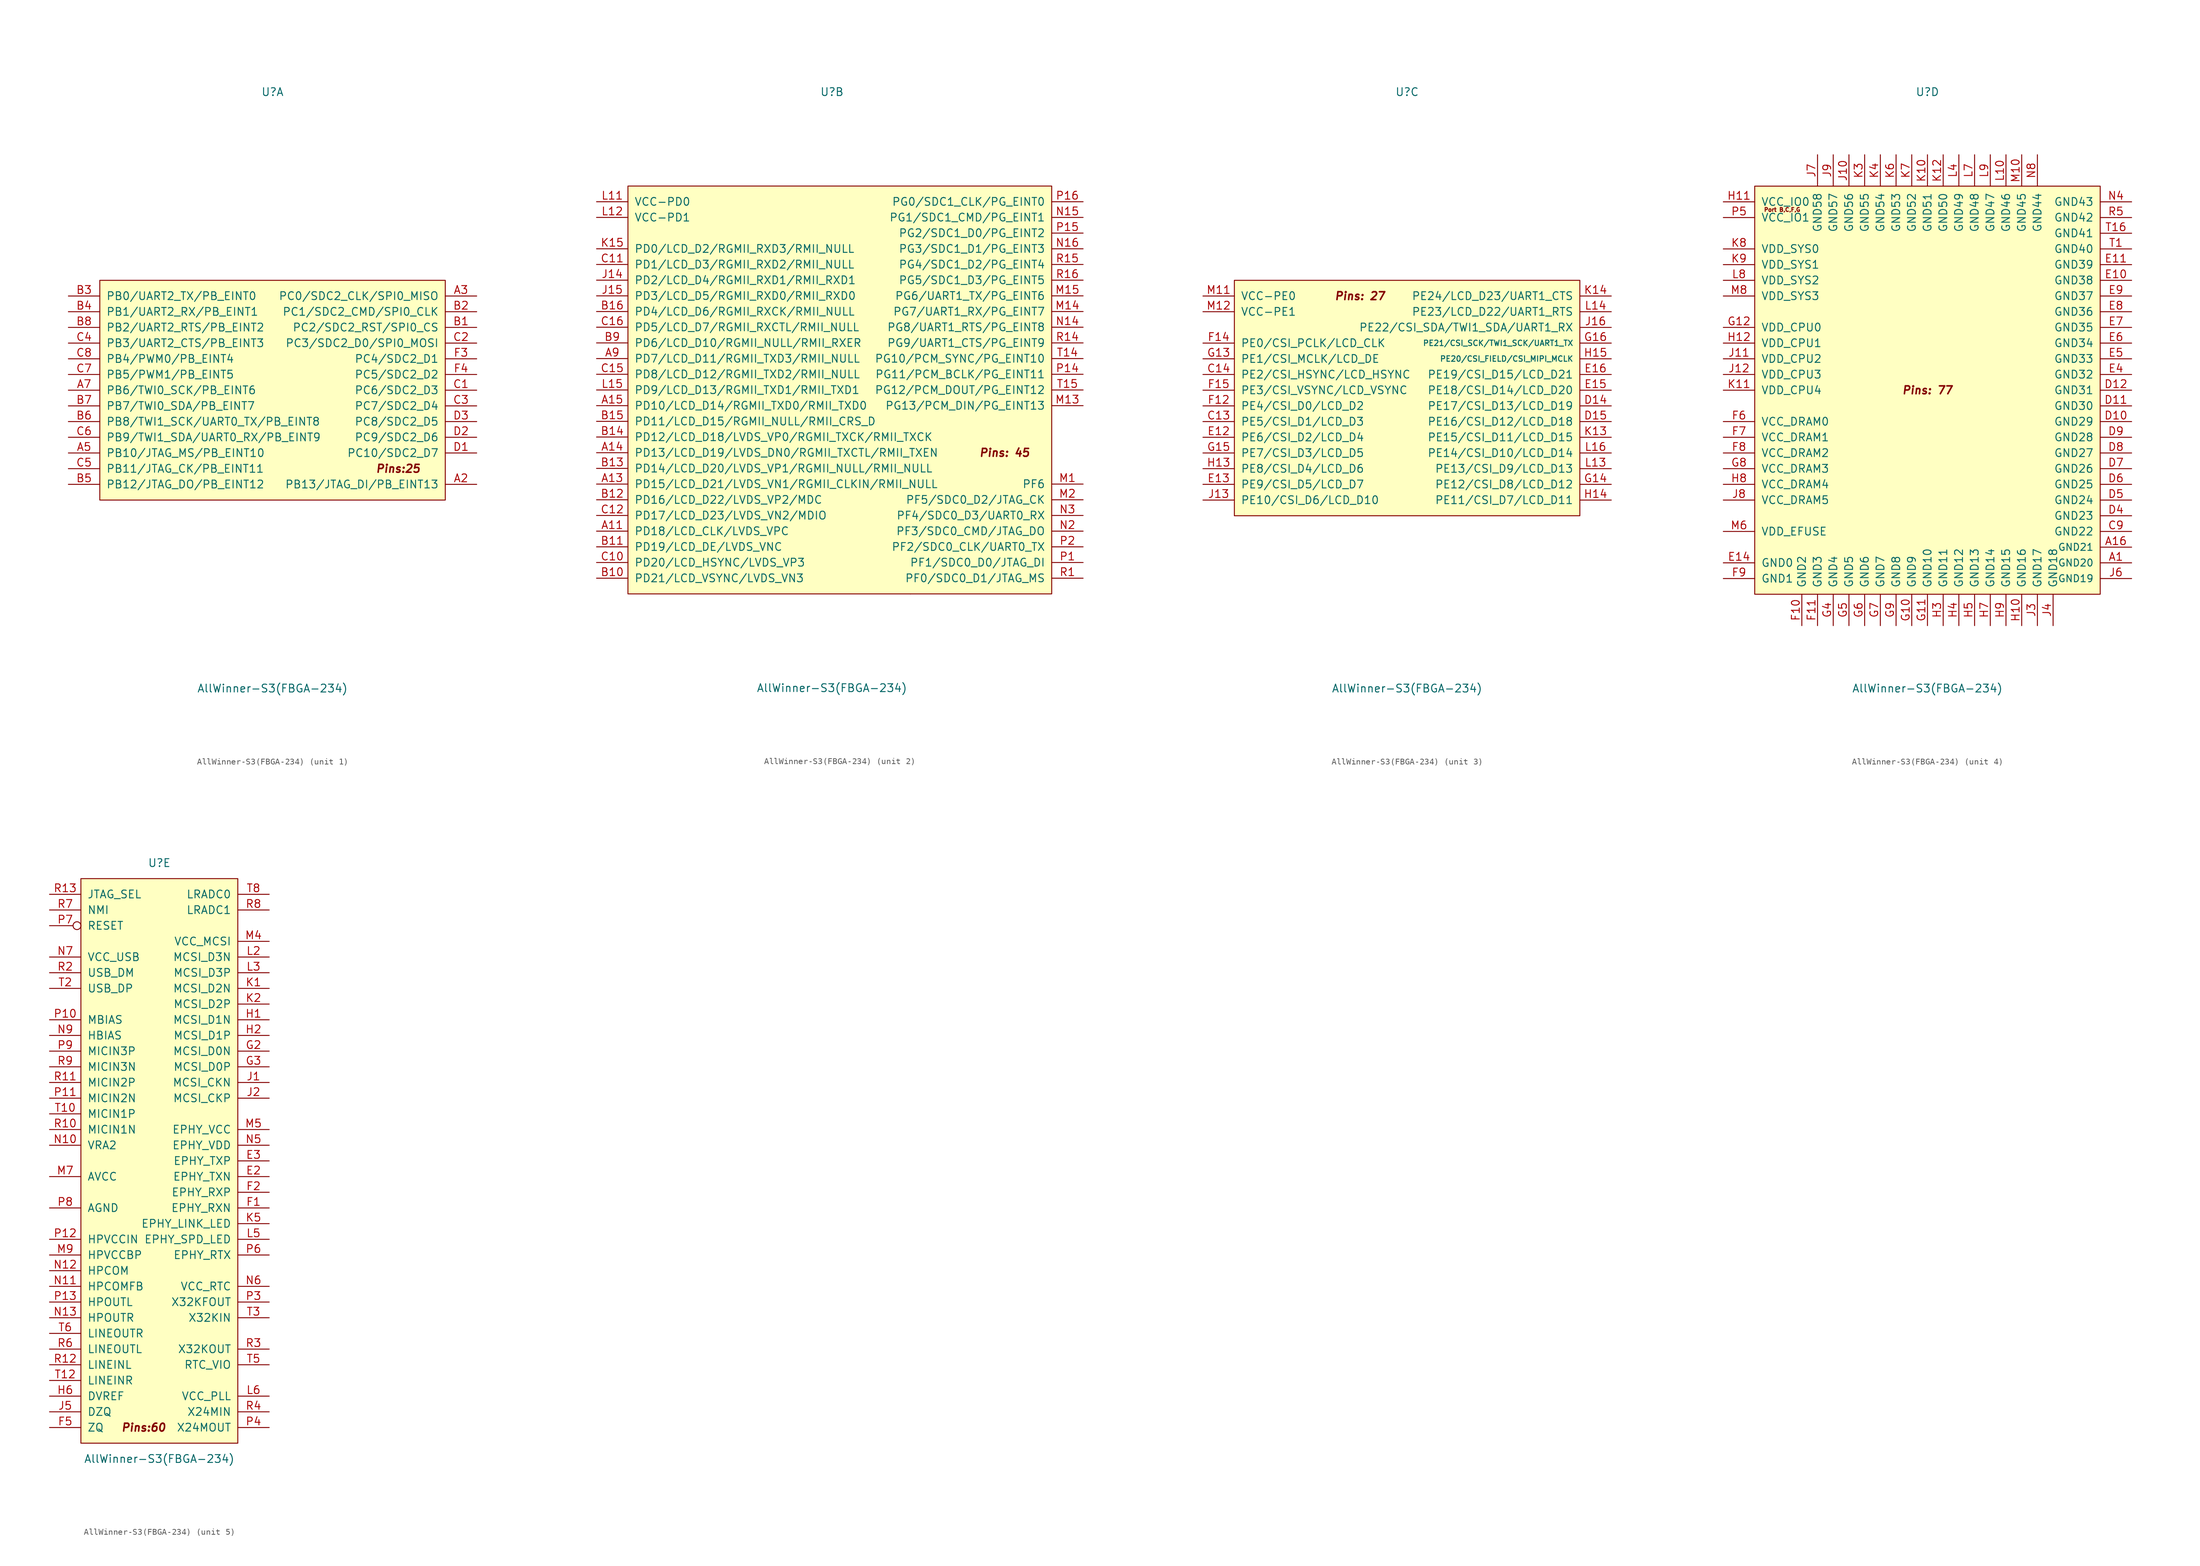
<source format=kicad_sym>
(kicad_symbol_lib
  (version 20211014)
  (generator kicad_symbol_editor)
  (symbol "AllWinner-S3(FBGA-234)"
    (pin_names
      (offset 1.016))
    (property "Reference" "U"
      (at 0 48.26 0)
      (effects (font (size 1.27 1.27))))
    (property "Value" "AllWinner-S3(FBGA-234)"
      (at 0 -48.26 0)
      (effects (font (size 1.27 1.27))))
    (symbol "AllWinner-S3(FBGA-234)_1_0"
      (rectangle (start 27.94 17.78) (end -27.94 -17.78) (stroke (width 0) (type default) (color 0 0 0 0)) (fill (type background)))
      (text "Pins:25" (at 20.32 -12.7 0) (effects (font (size 1.27 1.27) bold italic))))
    (symbol "AllWinner-S3(FBGA-234)_1_1"
      (pin bidirectional line (at 33.02 -15.24 180) (length 5.08) (name "PB13/JTAG_DI/PB_EINT13" (effects (font (size 1.27 1.27)))) (number "A2" (effects (font (size 1.27 1.27)))))
      (pin bidirectional line (at 33.02 15.24 180) (length 5.08) (name "PC0/SDC2_CLK/SPI0_MISO" (effects (font (size 1.27 1.27)))) (number "A3" (effects (font (size 1.27 1.27)))))
      (pin bidirectional line (at -33.02 -10.16 0) (length 5.08) (name "PB10/JTAG_MS/PB_EINT10" (effects (font (size 1.27 1.27)))) (number "A5" (effects (font (size 1.27 1.27)))))
      (pin bidirectional line (at -33.02 0 0) (length 5.08) (name "PB6/TWI0_SCK/PB_EINT6" (effects (font (size 1.27 1.27)))) (number "A7" (effects (font (size 1.27 1.27)))))
      (pin bidirectional line (at 33.02 10.16 180) (length 5.08) (name "PC2/SDC2_RST/SPI0_CS" (effects (font (size 1.27 1.27)))) (number "B1" (effects (font (size 1.27 1.27)))))
      (pin bidirectional line (at 33.02 12.7 180) (length 5.08) (name "PC1/SDC2_CMD/SPI0_CLK" (effects (font (size 1.27 1.27)))) (number "B2" (effects (font (size 1.27 1.27)))))
      (pin bidirectional line (at -33.02 15.24 0) (length 5.08) (name "PB0/UART2_TX/PB_EINT0" (effects (font (size 1.27 1.27)))) (number "B3" (effects (font (size 1.27 1.27)))))
      (pin bidirectional line (at -33.02 12.7 0) (length 5.08) (name "PB1/UART2_RX/PB_EINT1" (effects (font (size 1.27 1.27)))) (number "B4" (effects (font (size 1.27 1.27)))))
      (pin bidirectional line (at -33.02 -15.24 0) (length 5.08) (name "PB12/JTAG_DO/PB_EINT12" (effects (font (size 1.27 1.27)))) (number "B5" (effects (font (size 1.27 1.27)))))
      (pin bidirectional line (at -33.02 -5.08 0) (length 5.08) (name "PB8/TWI1_SCK/UART0_TX/PB_EINT8" (effects (font (size 1.27 1.27)))) (number "B6" (effects (font (size 1.27 1.27)))))
      (pin bidirectional line (at -33.02 -2.54 0) (length 5.08) (name "PB7/TWI0_SDA/PB_EINT7" (effects (font (size 1.27 1.27)))) (number "B7" (effects (font (size 1.27 1.27)))))
      (pin bidirectional line (at -33.02 10.16 0) (length 5.08) (name "PB2/UART2_RTS/PB_EINT2" (effects (font (size 1.27 1.27)))) (number "B8" (effects (font (size 1.27 1.27)))))
      (pin bidirectional line (at 33.02 0 180) (length 5.08) (name "PC6/SDC2_D3" (effects (font (size 1.27 1.27)))) (number "C1" (effects (font (size 1.27 1.27)))))
      (pin bidirectional line (at 33.02 7.62 180) (length 5.08) (name "PC3/SDC2_D0/SPI0_MOSI" (effects (font (size 1.27 1.27)))) (number "C2" (effects (font (size 1.27 1.27)))))
      (pin bidirectional line (at 33.02 -2.54 180) (length 5.08) (name "PC7/SDC2_D4" (effects (font (size 1.27 1.27)))) (number "C3" (effects (font (size 1.27 1.27)))))
      (pin bidirectional line (at -33.02 7.62 0) (length 5.08) (name "PB3/UART2_CTS/PB_EINT3" (effects (font (size 1.27 1.27)))) (number "C4" (effects (font (size 1.27 1.27)))))
      (pin bidirectional line (at -33.02 -12.7 0) (length 5.08) (name "PB11/JTAG_CK/PB_EINT11" (effects (font (size 1.27 1.27)))) (number "C5" (effects (font (size 1.27 1.27)))))
      (pin bidirectional line (at -33.02 -7.62 0) (length 5.08) (name "PB9/TWI1_SDA/UART0_RX/PB_EINT9" (effects (font (size 1.27 1.27)))) (number "C6" (effects (font (size 1.27 1.27)))))
      (pin bidirectional line (at -33.02 2.54 0) (length 5.08) (name "PB5/PWM1/PB_EINT5" (effects (font (size 1.27 1.27)))) (number "C7" (effects (font (size 1.27 1.27)))))
      (pin bidirectional line (at -33.02 5.08 0) (length 5.08) (name "PB4/PWM0/PB_EINT4" (effects (font (size 1.27 1.27)))) (number "C8" (effects (font (size 1.27 1.27)))))
      (pin bidirectional line (at 33.02 -10.16 180) (length 5.08) (name "PC10/SDC2_D7" (effects (font (size 1.27 1.27)))) (number "D1" (effects (font (size 1.27 1.27)))))
      (pin bidirectional line (at 33.02 -7.62 180) (length 5.08) (name "PC9/SDC2_D6" (effects (font (size 1.27 1.27)))) (number "D2" (effects (font (size 1.27 1.27)))))
      (pin bidirectional line (at 33.02 -5.08 180) (length 5.08) (name "PC8/SDC2_D5" (effects (font (size 1.27 1.27)))) (number "D3" (effects (font (size 1.27 1.27)))))
      (pin bidirectional line (at 33.02 5.08 180) (length 5.08) (name "PC4/SDC2_D1" (effects (font (size 1.27 1.27)))) (number "F3" (effects (font (size 1.27 1.27)))))
      (pin bidirectional line (at 33.02 2.54 180) (length 5.08) (name "PC5/SDC2_D2" (effects (font (size 1.27 1.27)))) (number "F4" (effects (font (size 1.27 1.27))))))
    (symbol "AllWinner-S3(FBGA-234)_2_0"
      (rectangle (start -33.02 33.02) (end 35.56 -33.02) (stroke (width 0) (type default) (color 0 0 0 0)) (fill (type background)))
      (rectangle (start 12.7 -33.02) (end 12.7 -33.02) (stroke (width 0) (type default) (color 0 0 0 0)) (fill (type none)))
      (text "Pins: 45" (at 27.94 -10.16 0) (effects (font (size 1.27 1.27) bold italic))))
    (symbol "AllWinner-S3(FBGA-234)_2_1"
      (pin bidirectional line (at -38.1 -22.86 0) (length 5.08) (name "PD18/LCD_CLK/LVDS_VPC" (effects (font (size 1.27 1.27)))) (number "A11" (effects (font (size 1.27 1.27)))))
      (pin bidirectional line (at -38.1 -15.24 0) (length 5.08) (name "PD15/LCD_D21/LVDS_VN1/RGMII_CLKIN/RMII_NULL" (effects (font (size 1.27 1.27)))) (number "A13" (effects (font (size 1.27 1.27)))))
      (pin bidirectional line (at -38.1 -10.16 0) (length 5.08) (name "PD13/LCD_D19/LVDS_DN0/RGMII_TXCTL/RMII_TXEN" (effects (font (size 1.27 1.27)))) (number "A14" (effects (font (size 1.27 1.27)))))
      (pin bidirectional line (at -38.1 -2.54 0) (length 5.08) (name "PD10/LCD_D14/RGMII_TXD0/RMII_TXD0" (effects (font (size 1.27 1.27)))) (number "A15" (effects (font (size 1.27 1.27)))))
      (pin bidirectional line (at -38.1 5.08 0) (length 5.08) (name "PD7/LCD_D11/RGMII_TXD3/RMII_NULL" (effects (font (size 1.27 1.27)))) (number "A9" (effects (font (size 1.27 1.27)))))
      (pin bidirectional line (at -38.1 -30.48 0) (length 5.08) (name "PD21/LCD_VSYNC/LVDS_VN3" (effects (font (size 1.27 1.27)))) (number "B10" (effects (font (size 1.27 1.27)))))
      (pin bidirectional line (at -38.1 -25.4 0) (length 5.08) (name "PD19/LCD_DE/LVDS_VNC" (effects (font (size 1.27 1.27)))) (number "B11" (effects (font (size 1.27 1.27)))))
      (pin bidirectional line (at -38.1 -17.78 0) (length 5.08) (name "PD16/LCD_D22/LVDS_VP2/MDC" (effects (font (size 1.27 1.27)))) (number "B12" (effects (font (size 1.27 1.27)))))
      (pin bidirectional line (at -38.1 -12.7 0) (length 5.08) (name "PD14/LCD_D20/LVDS_VP1/RGMII_NULL/RMII_NULL" (effects (font (size 1.27 1.27)))) (number "B13" (effects (font (size 1.27 1.27)))))
      (pin bidirectional line (at -38.1 -7.62 0) (length 5.08) (name "PD12/LCD_D18/LVDS_VP0/RGMII_TXCK/RMII_TXCK" (effects (font (size 1.27 1.27)))) (number "B14" (effects (font (size 1.27 1.27)))))
      (pin bidirectional line (at -38.1 -5.08 0) (length 5.08) (name "PD11/LCD_D15/RGMII_NULL/RMII_CRS_D" (effects (font (size 1.27 1.27)))) (number "B15" (effects (font (size 1.27 1.27)))))
      (pin bidirectional line (at -38.1 12.7 0) (length 5.08) (name "PD4/LCD_D6/RGMII_RXCK/RMII_NULL" (effects (font (size 1.27 1.27)))) (number "B16" (effects (font (size 1.27 1.27)))))
      (pin bidirectional line (at -38.1 7.62 0) (length 5.08) (name "PD6/LCD_D10/RGMII_NULL/RMII_RXER" (effects (font (size 1.27 1.27)))) (number "B9" (effects (font (size 1.27 1.27)))))
      (pin bidirectional line (at -38.1 -27.94 0) (length 5.08) (name "PD20/LCD_HSYNC/LVDS_VP3" (effects (font (size 1.27 1.27)))) (number "C10" (effects (font (size 1.27 1.27)))))
      (pin bidirectional line (at -38.1 20.32 0) (length 5.08) (name "PD1/LCD_D3/RGMII_RXD2/RMII_NULL" (effects (font (size 1.27 1.27)))) (number "C11" (effects (font (size 1.27 1.27)))))
      (pin bidirectional line (at -38.1 -20.32 0) (length 5.08) (name "PD17/LCD_D23/LVDS_VN2/MDIO" (effects (font (size 1.27 1.27)))) (number "C12" (effects (font (size 1.27 1.27)))))
      (pin bidirectional line (at -38.1 2.54 0) (length 5.08) (name "PD8/LCD_D12/RGMII_TXD2/RMII_NULL" (effects (font (size 1.27 1.27)))) (number "C15" (effects (font (size 1.27 1.27)))))
      (pin bidirectional line (at -38.1 10.16 0) (length 5.08) (name "PD5/LCD_D7/RGMII_RXCTL/RMII_NULL" (effects (font (size 1.27 1.27)))) (number "C16" (effects (font (size 1.27 1.27)))))
      (pin bidirectional line (at -38.1 17.78 0) (length 5.08) (name "PD2/LCD_D4/RGMII_RXD1/RMII_RXD1" (effects (font (size 1.27 1.27)))) (number "J14" (effects (font (size 1.27 1.27)))))
      (pin bidirectional line (at -38.1 15.24 0) (length 5.08) (name "PD3/LCD_D5/RGMII_RXD0/RMII_RXD0" (effects (font (size 1.27 1.27)))) (number "J15" (effects (font (size 1.27 1.27)))))
      (pin bidirectional line (at -38.1 22.86 0) (length 5.08) (name "PD0/LCD_D2/RGMII_RXD3/RMII_NULL" (effects (font (size 1.27 1.27)))) (number "K15" (effects (font (size 1.27 1.27)))))
      (pin power_in line (at -38.1 30.48 0) (length 5.08) (name "VCC-PD0" (effects (font (size 1.27 1.27)))) (number "L11" (effects (font (size 1.27 1.27)))))
      (pin power_in line (at -38.1 27.94 0) (length 5.08) (name "VCC-PD1" (effects (font (size 1.27 1.27)))) (number "L12" (effects (font (size 1.27 1.27)))))
      (pin bidirectional line (at -38.1 0 0) (length 5.08) (name "PD9/LCD_D13/RGMII_TXD1/RMII_TXD1" (effects (font (size 1.27 1.27)))) (number "L15" (effects (font (size 1.27 1.27)))))
      (pin bidirectional line (at 40.64 -15.24 180) (length 5.08) (name "PF6" (effects (font (size 1.27 1.27)))) (number "M1" (effects (font (size 1.27 1.27)))))
      (pin bidirectional line (at 40.64 -2.54 180) (length 5.08) (name "PG13/PCM_DIN/PG_EINT13" (effects (font (size 1.27 1.27)))) (number "M13" (effects (font (size 1.27 1.27)))))
      (pin bidirectional line (at 40.64 12.7 180) (length 5.08) (name "PG7/UART1_RX/PG_EINT7" (effects (font (size 1.27 1.27)))) (number "M14" (effects (font (size 1.27 1.27)))))
      (pin bidirectional line (at 40.64 15.24 180) (length 5.08) (name "PG6/UART1_TX/PG_EINT6" (effects (font (size 1.27 1.27)))) (number "M15" (effects (font (size 1.27 1.27)))))
      (pin bidirectional line (at 40.64 -17.78 180) (length 5.08) (name "PF5/SDC0_D2/JTAG_CK" (effects (font (size 1.27 1.27)))) (number "M2" (effects (font (size 1.27 1.27)))))
      (pin bidirectional line (at 40.64 10.16 180) (length 5.08) (name "PG8/UART1_RTS/PG_EINT8" (effects (font (size 1.27 1.27)))) (number "N14" (effects (font (size 1.27 1.27)))))
      (pin bidirectional line (at 40.64 27.94 180) (length 5.08) (name "PG1/SDC1_CMD/PG_EINT1" (effects (font (size 1.27 1.27)))) (number "N15" (effects (font (size 1.27 1.27)))))
      (pin bidirectional line (at 40.64 22.86 180) (length 5.08) (name "PG3/SDC1_D1/PG_EINT3" (effects (font (size 1.27 1.27)))) (number "N16" (effects (font (size 1.27 1.27)))))
      (pin bidirectional line (at 40.64 -22.86 180) (length 5.08) (name "PF3/SDC0_CMD/JTAG_DO" (effects (font (size 1.27 1.27)))) (number "N2" (effects (font (size 1.27 1.27)))))
      (pin bidirectional line (at 40.64 -20.32 180) (length 5.08) (name "PF4/SDC0_D3/UART0_RX" (effects (font (size 1.27 1.27)))) (number "N3" (effects (font (size 1.27 1.27)))))
      (pin bidirectional line (at 40.64 -27.94 180) (length 5.08) (name "PF1/SDC0_D0/JTAG_DI" (effects (font (size 1.27 1.27)))) (number "P1" (effects (font (size 1.27 1.27)))))
      (pin bidirectional line (at 40.64 2.54 180) (length 5.08) (name "PG11/PCM_BCLK/PG_EINT11" (effects (font (size 1.27 1.27)))) (number "P14" (effects (font (size 1.27 1.27)))))
      (pin bidirectional line (at 40.64 25.4 180) (length 5.08) (name "PG2/SDC1_D0/PG_EINT2" (effects (font (size 1.27 1.27)))) (number "P15" (effects (font (size 1.27 1.27)))))
      (pin bidirectional line (at 40.64 30.48 180) (length 5.08) (name "PG0/SDC1_CLK/PG_EINT0" (effects (font (size 1.27 1.27)))) (number "P16" (effects (font (size 1.27 1.27)))))
      (pin bidirectional line (at 40.64 -25.4 180) (length 5.08) (name "PF2/SDC0_CLK/UART0_TX" (effects (font (size 1.27 1.27)))) (number "P2" (effects (font (size 1.27 1.27)))))
      (pin bidirectional line (at 40.64 -30.48 180) (length 5.08) (name "PF0/SDC0_D1/JTAG_MS" (effects (font (size 1.27 1.27)))) (number "R1" (effects (font (size 1.27 1.27)))))
      (pin bidirectional line (at 40.64 7.62 180) (length 5.08) (name "PG9/UART1_CTS/PG_EINT9" (effects (font (size 1.27 1.27)))) (number "R14" (effects (font (size 1.27 1.27)))))
      (pin bidirectional line (at 40.64 20.32 180) (length 5.08) (name "PG4/SDC1_D2/PG_EINT4" (effects (font (size 1.27 1.27)))) (number "R15" (effects (font (size 1.27 1.27)))))
      (pin bidirectional line (at 40.64 17.78 180) (length 5.08) (name "PG5/SDC1_D3/PG_EINT5" (effects (font (size 1.27 1.27)))) (number "R16" (effects (font (size 1.27 1.27)))))
      (pin bidirectional line (at 40.64 5.08 180) (length 5.08) (name "PG10/PCM_SYNC/PG_EINT10" (effects (font (size 1.27 1.27)))) (number "T14" (effects (font (size 1.27 1.27)))))
      (pin bidirectional line (at 40.64 0 180) (length 5.08) (name "PG12/PCM_DOUT/PG_EINT12" (effects (font (size 1.27 1.27)))) (number "T15" (effects (font (size 1.27 1.27))))))
    (symbol "AllWinner-S3(FBGA-234)_3_0"
      (rectangle (start -27.94 17.78) (end 27.94 -20.32) (stroke (width 0) (type default) (color 0 0 0 0)) (fill (type background)))
      (text "Pins: 27" (at -7.62 15.24 0) (effects (font (size 1.27 1.27) bold italic))))
    (symbol "AllWinner-S3(FBGA-234)_3_1"
      (pin bidirectional line (at -33.02 -5.08 0) (length 5.08) (name "PE5/CSI_D1/LCD_D3" (effects (font (size 1.27 1.27)))) (number "C13" (effects (font (size 1.27 1.27)))))
      (pin bidirectional line (at -33.02 2.54 0) (length 5.08) (name "PE2/CSI_HSYNC/LCD_HSYNC" (effects (font (size 1.27 1.27)))) (number "C14" (effects (font (size 1.27 1.27)))))
      (pin bidirectional line (at 33.02 -2.54 180) (length 5.08) (name "PE17/CSI_D13/LCD_D19" (effects (font (size 1.27 1.27)))) (number "D14" (effects (font (size 1.27 1.27)))))
      (pin bidirectional line (at 33.02 -5.08 180) (length 5.08) (name "PE16/CSI_D12/LCD_D18" (effects (font (size 1.27 1.27)))) (number "D15" (effects (font (size 1.27 1.27)))))
      (pin bidirectional line (at -33.02 -7.62 0) (length 5.08) (name "PE6/CSI_D2/LCD_D4" (effects (font (size 1.27 1.27)))) (number "E12" (effects (font (size 1.27 1.27)))))
      (pin bidirectional line (at -33.02 -15.24 0) (length 5.08) (name "PE9/CSI_D5/LCD_D7" (effects (font (size 1.27 1.27)))) (number "E13" (effects (font (size 1.27 1.27)))))
      (pin bidirectional line (at 33.02 0 180) (length 5.08) (name "PE18/CSI_D14/LCD_D20" (effects (font (size 1.27 1.27)))) (number "E15" (effects (font (size 1.27 1.27)))))
      (pin bidirectional line (at 33.02 2.54 180) (length 5.08) (name "PE19/CSI_D15/LCD_D21" (effects (font (size 1.27 1.27)))) (number "E16" (effects (font (size 1.27 1.27)))))
      (pin bidirectional line (at -33.02 -2.54 0) (length 5.08) (name "PE4/CSI_D0/LCD_D2" (effects (font (size 1.27 1.27)))) (number "F12" (effects (font (size 1.27 1.27)))))
      (pin bidirectional line (at -33.02 7.62 0) (length 5.08) (name "PE0/CSI_PCLK/LCD_CLK" (effects (font (size 1.27 1.27)))) (number "F14" (effects (font (size 1.27 1.27)))))
      (pin bidirectional line (at -33.02 0 0) (length 5.08) (name "PE3/CSI_VSYNC/LCD_VSYNC" (effects (font (size 1.27 1.27)))) (number "F15" (effects (font (size 1.27 1.27)))))
      (pin bidirectional line (at -33.02 5.08 0) (length 5.08) (name "PE1/CSI_MCLK/LCD_DE" (effects (font (size 1.27 1.27)))) (number "G13" (effects (font (size 1.27 1.27)))))
      (pin bidirectional line (at 33.02 -15.24 180) (length 5.08) (name "PE12/CSI_D8/LCD_D12" (effects (font (size 1.27 1.27)))) (number "G14" (effects (font (size 1.27 1.27)))))
      (pin bidirectional line (at -33.02 -10.16 0) (length 5.08) (name "PE7/CSI_D3/LCD_D5" (effects (font (size 1.27 1.27)))) (number "G15" (effects (font (size 1.27 1.27)))))
      (pin bidirectional line (at 33.02 7.62 180) (length 5.08) (name "PE21/CSI_SCK/TWI1_SCK/UART1_TX" (effects (font (size 0.889 0.889)))) (number "G16" (effects (font (size 1.27 1.27)))))
      (pin bidirectional line (at -33.02 -12.7 0) (length 5.08) (name "PE8/CSI_D4/LCD_D6" (effects (font (size 1.27 1.27)))) (number "H13" (effects (font (size 1.27 1.27)))))
      (pin bidirectional line (at 33.02 -17.78 180) (length 5.08) (name "PE11/CSI_D7/LCD_D11" (effects (font (size 1.27 1.27)))) (number "H14" (effects (font (size 1.27 1.27)))))
      (pin bidirectional line (at 33.02 5.08 180) (length 5.08) (name "PE20/CSI_FIELD/CSI_MIPI_MCLK" (effects (font (size 0.889 0.889)))) (number "H15" (effects (font (size 1.27 1.27)))))
      (pin bidirectional line (at -33.02 -17.78 0) (length 5.08) (name "PE10/CSI_D6/LCD_D10" (effects (font (size 1.27 1.27)))) (number "J13" (effects (font (size 1.27 1.27)))))
      (pin bidirectional line (at 33.02 10.16 180) (length 5.08) (name "PE22/CSI_SDA/TWI1_SDA/UART1_RX" (effects (font (size 1.27 1.27)))) (number "J16" (effects (font (size 1.27 1.27)))))
      (pin bidirectional line (at 33.02 -7.62 180) (length 5.08) (name "PE15/CSI_D11/LCD_D15" (effects (font (size 1.27 1.27)))) (number "K13" (effects (font (size 1.27 1.27)))))
      (pin bidirectional line (at 33.02 15.24 180) (length 5.08) (name "PE24/LCD_D23/UART1_CTS" (effects (font (size 1.27 1.27)))) (number "K14" (effects (font (size 1.27 1.27)))))
      (pin bidirectional line (at 33.02 -12.7 180) (length 5.08) (name "PE13/CSI_D9/LCD_D13" (effects (font (size 1.27 1.27)))) (number "L13" (effects (font (size 1.27 1.27)))))
      (pin bidirectional line (at 33.02 12.7 180) (length 5.08) (name "PE23/LCD_D22/UART1_RTS" (effects (font (size 1.27 1.27)))) (number "L14" (effects (font (size 1.27 1.27)))))
      (pin bidirectional line (at 33.02 -10.16 180) (length 5.08) (name "PE14/CSI_D10/LCD_D14" (effects (font (size 1.27 1.27)))) (number "L16" (effects (font (size 1.27 1.27)))))
      (pin power_in line (at -33.02 15.24 0) (length 5.08) (name "VCC-PE0" (effects (font (size 1.27 1.27)))) (number "M11" (effects (font (size 1.27 1.27)))))
      (pin power_in line (at -33.02 12.7 0) (length 5.08) (name "VCC-PE1" (effects (font (size 1.27 1.27)))) (number "M12" (effects (font (size 1.27 1.27))))))
    (symbol "AllWinner-S3(FBGA-234)_4_0"
      (rectangle (start -27.94 33.02) (end 27.94 -33.02) (stroke (width 0) (type default) (color 0 0 0 0)) (fill (type background)))
      (text "Pins: 77" (at 0 0 0) (effects (font (size 1.27 1.27) bold italic)))
      (text "Port B,C,F,G" (at -23.495 29.21 0) (effects (font (size 0.635 0.635)))))
    (symbol "AllWinner-S3(FBGA-234)_4_1"
      (pin power_in line (at 33.02 -27.94 180) (length 5.08) (name "GND20" (effects (font (size 1.143 1.143)))) (number "A1" (effects (font (size 1.27 1.27)))))
      (pin power_in line (at 33.02 -25.4 180) (length 5.08) (name "GND21" (effects (font (size 1.143 1.143)))) (number "A16" (effects (font (size 1.27 1.27)))))
      (pin power_in line (at 33.02 -22.86 180) (length 5.08) (name "GND22" (effects (font (size 1.27 1.27)))) (number "C9" (effects (font (size 1.27 1.27)))))
      (pin power_in line (at 33.02 -5.08 180) (length 5.08) (name "GND29" (effects (font (size 1.27 1.27)))) (number "D10" (effects (font (size 1.27 1.27)))))
      (pin power_in line (at 33.02 -2.54 180) (length 5.08) (name "GND30" (effects (font (size 1.27 1.27)))) (number "D11" (effects (font (size 1.27 1.27)))))
      (pin power_in line (at 33.02 0 180) (length 5.08) (name "GND31" (effects (font (size 1.27 1.27)))) (number "D12" (effects (font (size 1.27 1.27)))))
      (pin power_in line (at 33.02 -20.32 180) (length 5.08) (name "GND23" (effects (font (size 1.27 1.27)))) (number "D4" (effects (font (size 1.27 1.27)))))
      (pin power_in line (at 33.02 -17.78 180) (length 5.08) (name "GND24" (effects (font (size 1.27 1.27)))) (number "D5" (effects (font (size 1.27 1.27)))))
      (pin power_in line (at 33.02 -15.24 180) (length 5.08) (name "GND25" (effects (font (size 1.27 1.27)))) (number "D6" (effects (font (size 1.27 1.27)))))
      (pin power_in line (at 33.02 -12.7 180) (length 5.08) (name "GND26" (effects (font (size 1.27 1.27)))) (number "D7" (effects (font (size 1.27 1.27)))))
      (pin power_in line (at 33.02 -10.16 180) (length 5.08) (name "GND27" (effects (font (size 1.27 1.27)))) (number "D8" (effects (font (size 1.27 1.27)))))
      (pin power_in line (at 33.02 -7.62 180) (length 5.08) (name "GND28" (effects (font (size 1.27 1.27)))) (number "D9" (effects (font (size 1.27 1.27)))))
      (pin power_in line (at 33.02 17.78 180) (length 5.08) (name "GND38" (effects (font (size 1.27 1.27)))) (number "E10" (effects (font (size 1.27 1.27)))))
      (pin power_in line (at 33.02 20.32 180) (length 5.08) (name "GND39" (effects (font (size 1.27 1.27)))) (number "E11" (effects (font (size 1.27 1.27)))))
      (pin power_in line (at -33.02 -27.94 0) (length 5.08) (name "GND0" (effects (font (size 1.27 1.27)))) (number "E14" (effects (font (size 1.27 1.27)))))
      (pin power_in line (at 33.02 2.54 180) (length 5.08) (name "GND32" (effects (font (size 1.27 1.27)))) (number "E4" (effects (font (size 1.27 1.27)))))
      (pin bidirectional line (at 33.02 5.08 180) (length 5.08) (name "GND33" (effects (font (size 1.27 1.27)))) (number "E5" (effects (font (size 1.27 1.27)))))
      (pin bidirectional line (at 33.02 7.62 180) (length 5.08) (name "GND34" (effects (font (size 1.27 1.27)))) (number "E6" (effects (font (size 1.27 1.27)))))
      (pin power_in line (at 33.02 10.16 180) (length 5.08) (name "GND35" (effects (font (size 1.27 1.27)))) (number "E7" (effects (font (size 1.27 1.27)))))
      (pin power_in line (at 33.02 12.7 180) (length 5.08) (name "GND36" (effects (font (size 1.27 1.27)))) (number "E8" (effects (font (size 1.27 1.27)))))
      (pin power_in line (at 33.02 15.24 180) (length 5.08) (name "GND37" (effects (font (size 1.27 1.27)))) (number "E9" (effects (font (size 1.27 1.27)))))
      (pin power_in line (at -20.32 -38.1 90) (length 5.08) (name "GND2" (effects (font (size 1.27 1.27)))) (number "F10" (effects (font (size 1.27 1.27)))))
      (pin power_in line (at -17.78 -38.1 90) (length 5.08) (name "GND3" (effects (font (size 1.27 1.27)))) (number "F11" (effects (font (size 1.27 1.27)))))
      (pin power_in line (at -33.02 -5.08 0) (length 5.08) (name "VCC_DRAM0" (effects (font (size 1.27 1.27)))) (number "F6" (effects (font (size 1.27 1.27)))))
      (pin power_in line (at -33.02 -7.62 0) (length 5.08) (name "VCC_DRAM1" (effects (font (size 1.27 1.27)))) (number "F7" (effects (font (size 1.27 1.27)))))
      (pin power_in line (at -33.02 -10.16 0) (length 5.08) (name "VCC_DRAM2" (effects (font (size 1.27 1.27)))) (number "F8" (effects (font (size 1.27 1.27)))))
      (pin power_in line (at -33.02 -30.48 0) (length 5.08) (name "GND1" (effects (font (size 1.27 1.27)))) (number "F9" (effects (font (size 1.27 1.27)))))
      (pin power_in line (at -2.54 -38.1 90) (length 5.08) (name "GND9" (effects (font (size 1.27 1.27)))) (number "G10" (effects (font (size 1.27 1.27)))))
      (pin power_in line (at 0 -38.1 90) (length 5.08) (name "GND10" (effects (font (size 1.27 1.27)))) (number "G11" (effects (font (size 1.27 1.27)))))
      (pin power_in line (at -33.02 10.16 0) (length 5.08) (name "VDD_CPU0" (effects (font (size 1.27 1.27)))) (number "G12" (effects (font (size 1.27 1.27)))))
      (pin power_in line (at -15.24 -38.1 90) (length 5.08) (name "GND4" (effects (font (size 1.27 1.27)))) (number "G4" (effects (font (size 1.27 1.27)))))
      (pin power_in line (at -12.7 -38.1 90) (length 5.08) (name "GND5" (effects (font (size 1.27 1.27)))) (number "G5" (effects (font (size 1.27 1.27)))))
      (pin power_in line (at -10.16 -38.1 90) (length 5.08) (name "GND6" (effects (font (size 1.27 1.27)))) (number "G6" (effects (font (size 1.27 1.27)))))
      (pin power_in line (at -7.62 -38.1 90) (length 5.08) (name "GND7" (effects (font (size 1.27 1.27)))) (number "G7" (effects (font (size 1.27 1.27)))))
      (pin power_in line (at -33.02 -12.7 0) (length 5.08) (name "VCC_DRAM3" (effects (font (size 1.27 1.27)))) (number "G8" (effects (font (size 1.27 1.27)))))
      (pin power_in line (at -5.08 -38.1 90) (length 5.08) (name "GND8" (effects (font (size 1.27 1.27)))) (number "G9" (effects (font (size 1.27 1.27)))))
      (pin power_in line (at 15.24 -38.1 90) (length 5.08) (name "GND16" (effects (font (size 1.27 1.27)))) (number "H10" (effects (font (size 1.27 1.27)))))
      (pin power_in line (at -33.02 30.48 0) (length 5.08) (name "VCC_IO0" (effects (font (size 1.27 1.27)))) (number "H11" (effects (font (size 1.27 1.27)))))
      (pin power_in line (at -33.02 7.62 0) (length 5.08) (name "VDD_CPU1" (effects (font (size 1.27 1.27)))) (number "H12" (effects (font (size 1.27 1.27)))))
      (pin power_in line (at 2.54 -38.1 90) (length 5.08) (name "GND11" (effects (font (size 1.27 1.27)))) (number "H3" (effects (font (size 1.27 1.27)))))
      (pin power_in line (at 5.08 -38.1 90) (length 5.08) (name "GND12" (effects (font (size 1.27 1.27)))) (number "H4" (effects (font (size 1.27 1.27)))))
      (pin power_in line (at 7.62 -38.1 90) (length 5.08) (name "GND13" (effects (font (size 1.27 1.27)))) (number "H5" (effects (font (size 1.27 1.27)))))
      (pin power_in line (at 10.16 -38.1 90) (length 5.08) (name "GND14" (effects (font (size 1.27 1.27)))) (number "H7" (effects (font (size 1.27 1.27)))))
      (pin power_in line (at -33.02 -15.24 0) (length 5.08) (name "VCC_DRAM4" (effects (font (size 1.27 1.27)))) (number "H8" (effects (font (size 1.27 1.27)))))
      (pin power_in line (at 12.7 -38.1 90) (length 5.08) (name "GND15" (effects (font (size 1.27 1.27)))) (number "H9" (effects (font (size 1.27 1.27)))))
      (pin power_in line (at -12.7 38.1 270) (length 5.08) (name "GND56" (effects (font (size 1.27 1.27)))) (number "J10" (effects (font (size 1.27 1.27)))))
      (pin power_in line (at -33.02 5.08 0) (length 5.08) (name "VDD_CPU2" (effects (font (size 1.27 1.27)))) (number "J11" (effects (font (size 1.27 1.27)))))
      (pin power_in line (at -33.02 2.54 0) (length 5.08) (name "VDD_CPU3" (effects (font (size 1.27 1.27)))) (number "J12" (effects (font (size 1.27 1.27)))))
      (pin power_in line (at 17.78 -38.1 90) (length 5.08) (name "GND17" (effects (font (size 1.27 1.27)))) (number "J3" (effects (font (size 1.27 1.27)))))
      (pin power_in line (at 20.32 -38.1 90) (length 5.08) (name "GND18" (effects (font (size 1.27 1.27)))) (number "J4" (effects (font (size 1.27 1.27)))))
      (pin power_in line (at 33.02 -30.48 180) (length 5.08) (name "GND19" (effects (font (size 1.143 1.143)))) (number "J6" (effects (font (size 1.27 1.27)))))
      (pin power_in line (at -17.78 38.1 270) (length 5.08) (name "GND58" (effects (font (size 1.27 1.27)))) (number "J7" (effects (font (size 1.27 1.27)))))
      (pin power_in line (at -33.02 -17.78 0) (length 5.08) (name "VCC_DRAM5" (effects (font (size 1.27 1.27)))) (number "J8" (effects (font (size 1.27 1.27)))))
      (pin power_in line (at -15.24 38.1 270) (length 5.08) (name "GND57" (effects (font (size 1.27 1.27)))) (number "J9" (effects (font (size 1.27 1.27)))))
      (pin power_in line (at 0 38.1 270) (length 5.08) (name "GND51" (effects (font (size 1.27 1.27)))) (number "K10" (effects (font (size 1.27 1.27)))))
      (pin power_in line (at -33.02 0 0) (length 5.08) (name "VDD_CPU4" (effects (font (size 1.27 1.27)))) (number "K11" (effects (font (size 1.27 1.27)))))
      (pin power_in line (at 2.54 38.1 270) (length 5.08) (name "GND50" (effects (font (size 1.27 1.27)))) (number "K12" (effects (font (size 1.27 1.27)))))
      (pin power_in line (at -10.16 38.1 270) (length 5.08) (name "GND55" (effects (font (size 1.27 1.27)))) (number "K3" (effects (font (size 1.27 1.27)))))
      (pin power_in line (at -7.62 38.1 270) (length 5.08) (name "GND54" (effects (font (size 1.27 1.27)))) (number "K4" (effects (font (size 1.27 1.27)))))
      (pin power_in line (at -5.08 38.1 270) (length 5.08) (name "GND53" (effects (font (size 1.27 1.27)))) (number "K6" (effects (font (size 1.27 1.27)))))
      (pin power_in line (at -2.54 38.1 270) (length 5.08) (name "GND52" (effects (font (size 1.27 1.27)))) (number "K7" (effects (font (size 1.27 1.27)))))
      (pin power_in line (at -33.02 22.86 0) (length 5.08) (name "VDD_SYS0" (effects (font (size 1.27 1.27)))) (number "K8" (effects (font (size 1.27 1.27)))))
      (pin power_in line (at -33.02 20.32 0) (length 5.08) (name "VDD_SYS1" (effects (font (size 1.27 1.27)))) (number "K9" (effects (font (size 1.27 1.27)))))
      (pin power_in line (at 12.7 38.1 270) (length 5.08) (name "GND46" (effects (font (size 1.27 1.27)))) (number "L10" (effects (font (size 1.27 1.27)))))
      (pin power_in line (at 5.08 38.1 270) (length 5.08) (name "GND49" (effects (font (size 1.27 1.27)))) (number "L4" (effects (font (size 1.27 1.27)))))
      (pin power_in line (at 7.62 38.1 270) (length 5.08) (name "GND48" (effects (font (size 1.27 1.27)))) (number "L7" (effects (font (size 1.27 1.27)))))
      (pin power_in line (at -33.02 17.78 0) (length 5.08) (name "VDD_SYS2" (effects (font (size 1.27 1.27)))) (number "L8" (effects (font (size 1.27 1.27)))))
      (pin power_in line (at 10.16 38.1 270) (length 5.08) (name "GND47" (effects (font (size 1.27 1.27)))) (number "L9" (effects (font (size 1.27 1.27)))))
      (pin power_in line (at 15.24 38.1 270) (length 5.08) (name "GND45" (effects (font (size 1.27 1.27)))) (number "M10" (effects (font (size 1.27 1.27)))))
      (pin power_in line (at -33.02 -22.86 0) (length 5.08) (name "VDD_EFUSE" (effects (font (size 1.27 1.27)))) (number "M6" (effects (font (size 1.27 1.27)))))
      (pin power_in line (at -33.02 15.24 0) (length 5.08) (name "VDD_SYS3" (effects (font (size 1.27 1.27)))) (number "M8" (effects (font (size 1.27 1.27)))))
      (pin power_in line (at 33.02 30.48 180) (length 5.08) (name "GND43" (effects (font (size 1.27 1.27)))) (number "N4" (effects (font (size 1.27 1.27)))))
      (pin power_in line (at 17.78 38.1 270) (length 5.08) (name "GND44" (effects (font (size 1.27 1.27)))) (number "N8" (effects (font (size 1.27 1.27)))))
      (pin power_in line (at -33.02 27.94 0) (length 5.08) (name "VCC_IO1" (effects (font (size 1.27 1.27)))) (number "P5" (effects (font (size 1.27 1.27)))))
      (pin power_in line (at 33.02 27.94 180) (length 5.08) (name "GND42" (effects (font (size 1.27 1.27)))) (number "R5" (effects (font (size 1.27 1.27)))))
      (pin power_in line (at 33.02 22.86 180) (length 5.08) (name "GND40" (effects (font (size 1.27 1.27)))) (number "T1" (effects (font (size 1.27 1.27)))))
      (pin power_in line (at 33.02 25.4 180) (length 5.08) (name "GND41" (effects (font (size 1.27 1.27)))) (number "T16" (effects (font (size 1.27 1.27))))))
    (symbol "AllWinner-S3(FBGA-234)_5_0"
      (rectangle (start -12.7 -45.72) (end 12.7 45.72) (stroke (width 0) (type default) (color 0 0 0 0)) (fill (type background)))
      (text "Pins:60" (at -2.54 -43.18 0) (effects (font (size 1.27 1.27) bold italic))))
    (symbol "AllWinner-S3(FBGA-234)_5_1"
      (pin bidirectional line (at 17.78 -2.54 180) (length 5.08) (name "EPHY_TXN" (effects (font (size 1.27 1.27)))) (number "E2" (effects (font (size 1.27 1.27)))))
      (pin bidirectional line (at 17.78 0 180) (length 5.08) (name "EPHY_TXP" (effects (font (size 1.27 1.27)))) (number "E3" (effects (font (size 1.27 1.27)))))
      (pin bidirectional line (at 17.78 -7.62 180) (length 5.08) (name "EPHY_RXN" (effects (font (size 1.27 1.27)))) (number "F1" (effects (font (size 1.27 1.27)))))
      (pin bidirectional line (at 17.78 -5.08 180) (length 5.08) (name "EPHY_RXP" (effects (font (size 1.27 1.27)))) (number "F2" (effects (font (size 1.27 1.27)))))
      (pin input line (at -17.78 -43.18 0) (length 5.08) (name "ZQ" (effects (font (size 1.27 1.27)))) (number "F5" (effects (font (size 1.27 1.27)))))
      (pin bidirectional line (at 17.78 17.78 180) (length 5.08) (name "MCSI_D0N" (effects (font (size 1.27 1.27)))) (number "G2" (effects (font (size 1.27 1.27)))))
      (pin bidirectional line (at 17.78 15.24 180) (length 5.08) (name "MCSI_D0P" (effects (font (size 1.27 1.27)))) (number "G3" (effects (font (size 1.27 1.27)))))
      (pin bidirectional line (at 17.78 22.86 180) (length 5.08) (name "MCSI_D1N" (effects (font (size 1.27 1.27)))) (number "H1" (effects (font (size 1.27 1.27)))))
      (pin bidirectional line (at 17.78 20.32 180) (length 5.08) (name "MCSI_D1P" (effects (font (size 1.27 1.27)))) (number "H2" (effects (font (size 1.27 1.27)))))
      (pin input line (at -17.78 -38.1 0) (length 5.08) (name "DVREF" (effects (font (size 1.27 1.27)))) (number "H6" (effects (font (size 1.27 1.27)))))
      (pin bidirectional line (at 17.78 12.7 180) (length 5.08) (name "MCSI_CKN" (effects (font (size 1.27 1.27)))) (number "J1" (effects (font (size 1.27 1.27)))))
      (pin bidirectional line (at 17.78 10.16 180) (length 5.08) (name "MCSI_CKP" (effects (font (size 1.27 1.27)))) (number "J2" (effects (font (size 1.27 1.27)))))
      (pin input line (at -17.78 -40.64 0) (length 5.08) (name "DZQ" (effects (font (size 1.27 1.27)))) (number "J5" (effects (font (size 1.27 1.27)))))
      (pin bidirectional line (at 17.78 27.94 180) (length 5.08) (name "MCSI_D2N" (effects (font (size 1.27 1.27)))) (number "K1" (effects (font (size 1.27 1.27)))))
      (pin bidirectional line (at 17.78 25.4 180) (length 5.08) (name "MCSI_D2P" (effects (font (size 1.27 1.27)))) (number "K2" (effects (font (size 1.27 1.27)))))
      (pin bidirectional line (at 17.78 -10.16 180) (length 5.08) (name "EPHY_LINK_LED" (effects (font (size 1.27 1.27)))) (number "K5" (effects (font (size 1.27 1.27)))))
      (pin bidirectional line (at 17.78 33.02 180) (length 5.08) (name "MCSI_D3N" (effects (font (size 1.27 1.27)))) (number "L2" (effects (font (size 1.27 1.27)))))
      (pin bidirectional line (at 17.78 30.48 180) (length 5.08) (name "MCSI_D3P" (effects (font (size 1.27 1.27)))) (number "L3" (effects (font (size 1.27 1.27)))))
      (pin bidirectional line (at 17.78 -12.7 180) (length 5.08) (name "EPHY_SPD_LED" (effects (font (size 1.27 1.27)))) (number "L5" (effects (font (size 1.27 1.27)))))
      (pin power_in line (at 17.78 -38.1 180) (length 5.08) (name "VCC_PLL" (effects (font (size 1.27 1.27)))) (number "L6" (effects (font (size 1.27 1.27)))))
      (pin power_in line (at 17.78 35.56 180) (length 5.08) (name "VCC_MCSI" (effects (font (size 1.27 1.27)))) (number "M4" (effects (font (size 1.27 1.27)))))
      (pin power_in line (at 17.78 5.08 180) (length 5.08) (name "EPHY_VCC" (effects (font (size 1.27 1.27)))) (number "M5" (effects (font (size 1.27 1.27)))))
      (pin power_in line (at -17.78 -2.54 0) (length 5.08) (name "AVCC" (effects (font (size 1.27 1.27)))) (number "M7" (effects (font (size 1.27 1.27)))))
      (pin input line (at -17.78 -15.24 0) (length 5.08) (name "HPVCCBP" (effects (font (size 1.27 1.27)))) (number "M9" (effects (font (size 1.27 1.27)))))
      (pin input line (at -17.78 2.54 0) (length 5.08) (name "VRA2" (effects (font (size 1.27 1.27)))) (number "N10" (effects (font (size 1.27 1.27)))))
      (pin input line (at -17.78 -20.32 0) (length 5.08) (name "HPCOMFB" (effects (font (size 1.27 1.27)))) (number "N11" (effects (font (size 1.27 1.27)))))
      (pin bidirectional line (at -17.78 -17.78 0) (length 5.08) (name "HPCOM" (effects (font (size 1.27 1.27)))) (number "N12" (effects (font (size 1.27 1.27)))))
      (pin bidirectional line (at -17.78 -25.4 0) (length 5.08) (name "HPOUTR" (effects (font (size 1.27 1.27)))) (number "N13" (effects (font (size 1.27 1.27)))))
      (pin power_in line (at 17.78 2.54 180) (length 5.08) (name "EPHY_VDD" (effects (font (size 1.27 1.27)))) (number "N5" (effects (font (size 1.27 1.27)))))
      (pin power_in line (at 17.78 -20.32 180) (length 5.08) (name "VCC_RTC" (effects (font (size 1.27 1.27)))) (number "N6" (effects (font (size 1.27 1.27)))))
      (pin power_in line (at -17.78 33.02 0) (length 5.08) (name "VCC_USB" (effects (font (size 1.27 1.27)))) (number "N7" (effects (font (size 1.27 1.27)))))
      (pin input line (at -17.78 20.32 0) (length 5.08) (name "HBIAS" (effects (font (size 1.27 1.27)))) (number "N9" (effects (font (size 1.27 1.27)))))
      (pin input line (at -17.78 22.86 0) (length 5.08) (name "MBIAS" (effects (font (size 1.27 1.27)))) (number "P10" (effects (font (size 1.27 1.27)))))
      (pin bidirectional line (at -17.78 10.16 0) (length 5.08) (name "MICIN2N" (effects (font (size 1.27 1.27)))) (number "P11" (effects (font (size 1.27 1.27)))))
      (pin power_in line (at -17.78 -12.7 0) (length 5.08) (name "HPVCCIN" (effects (font (size 1.27 1.27)))) (number "P12" (effects (font (size 1.27 1.27)))))
      (pin bidirectional line (at -17.78 -22.86 0) (length 5.08) (name "HPOUTL" (effects (font (size 1.27 1.27)))) (number "P13" (effects (font (size 1.27 1.27)))))
      (pin output line (at 17.78 -22.86 180) (length 5.08) (name "X32KFOUT" (effects (font (size 1.27 1.27)))) (number "P3" (effects (font (size 1.27 1.27)))))
      (pin output line (at 17.78 -43.18 180) (length 5.08) (name "X24MOUT" (effects (font (size 1.27 1.27)))) (number "P4" (effects (font (size 1.27 1.27)))))
      (pin bidirectional line (at 17.78 -15.24 180) (length 5.08) (name "EPHY_RTX" (effects (font (size 1.27 1.27)))) (number "P6" (effects (font (size 1.27 1.27)))))
      (pin input inverted (at -17.78 38.1 0) (length 5.08) (name "RESET" (effects (font (size 1.27 1.27)))) (number "P7" (effects (font (size 1.27 1.27)))))
      (pin power_in line (at -17.78 -7.62 0) (length 5.08) (name "AGND" (effects (font (size 1.27 1.27)))) (number "P8" (effects (font (size 1.27 1.27)))))
      (pin bidirectional line (at -17.78 17.78 0) (length 5.08) (name "MICIN3P" (effects (font (size 1.27 1.27)))) (number "P9" (effects (font (size 1.27 1.27)))))
      (pin bidirectional line (at -17.78 5.08 0) (length 5.08) (name "MICIN1N" (effects (font (size 1.27 1.27)))) (number "R10" (effects (font (size 1.27 1.27)))))
      (pin bidirectional line (at -17.78 12.7 0) (length 5.08) (name "MICIN2P" (effects (font (size 1.27 1.27)))) (number "R11" (effects (font (size 1.27 1.27)))))
      (pin bidirectional line (at -17.78 -33.02 0) (length 5.08) (name "LINEINL" (effects (font (size 1.27 1.27)))) (number "R12" (effects (font (size 1.27 1.27)))))
      (pin input line (at -17.78 43.18 0) (length 5.08) (name "JTAG_SEL" (effects (font (size 1.27 1.27)))) (number "R13" (effects (font (size 1.27 1.27)))))
      (pin bidirectional line (at -17.78 30.48 0) (length 5.08) (name "USB_DM" (effects (font (size 1.27 1.27)))) (number "R2" (effects (font (size 1.27 1.27)))))
      (pin output line (at 17.78 -30.48 180) (length 5.08) (name "X32KOUT" (effects (font (size 1.27 1.27)))) (number "R3" (effects (font (size 1.27 1.27)))))
      (pin input line (at 17.78 -40.64 180) (length 5.08) (name "X24MIN" (effects (font (size 1.27 1.27)))) (number "R4" (effects (font (size 1.27 1.27)))))
      (pin bidirectional line (at -17.78 -30.48 0) (length 5.08) (name "LINEOUTL" (effects (font (size 1.27 1.27)))) (number "R6" (effects (font (size 1.27 1.27)))))
      (pin input line (at -17.78 40.64 0) (length 5.08) (name "NMI" (effects (font (size 1.27 1.27)))) (number "R7" (effects (font (size 1.27 1.27)))))
      (pin input line (at 17.78 40.64 180) (length 5.08) (name "LRADC1" (effects (font (size 1.27 1.27)))) (number "R8" (effects (font (size 1.27 1.27)))))
      (pin bidirectional line (at -17.78 15.24 0) (length 5.08) (name "MICIN3N" (effects (font (size 1.27 1.27)))) (number "R9" (effects (font (size 1.27 1.27)))))
      (pin bidirectional line (at -17.78 7.62 0) (length 5.08) (name "MICIN1P" (effects (font (size 1.27 1.27)))) (number "T10" (effects (font (size 1.27 1.27)))))
      (pin bidirectional line (at -17.78 -35.56 0) (length 5.08) (name "LINEINR" (effects (font (size 1.27 1.27)))) (number "T12" (effects (font (size 1.27 1.27)))))
      (pin bidirectional line (at -17.78 27.94 0) (length 5.08) (name "USB_DP" (effects (font (size 1.27 1.27)))) (number "T2" (effects (font (size 1.27 1.27)))))
      (pin input line (at 17.78 -25.4 180) (length 5.08) (name "X32KIN" (effects (font (size 1.27 1.27)))) (number "T3" (effects (font (size 1.27 1.27)))))
      (pin power_out line (at 17.78 -33.02 180) (length 5.08) (name "RTC_VIO" (effects (font (size 1.27 1.27)))) (number "T5" (effects (font (size 1.27 1.27)))))
      (pin bidirectional line (at -17.78 -27.94 0) (length 5.08) (name "LINEOUTR" (effects (font (size 1.27 1.27)))) (number "T6" (effects (font (size 1.27 1.27)))))
      (pin input line (at 17.78 43.18 180) (length 5.08) (name "LRADC0" (effects (font (size 1.27 1.27)))) (number "T8" (effects (font (size 1.27 1.27))))))))
</source>
